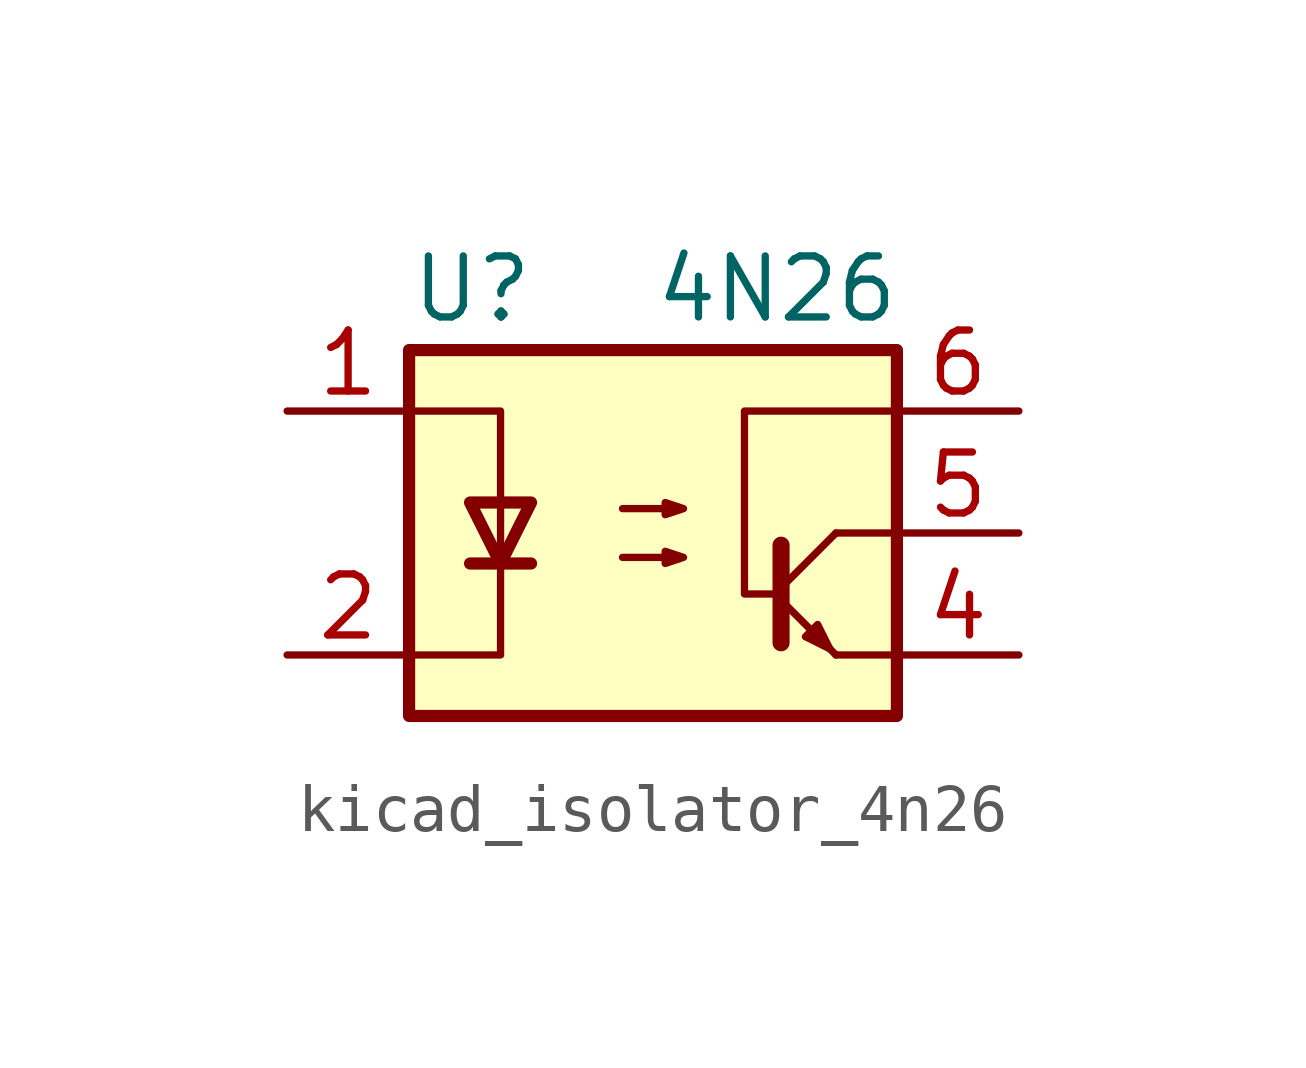
<source format=kicad_sym>
(kicad_symbol_lib
  (version 20220914)
  (generator kicad_symbol_editor)
  (symbol "kicad_isolator_4n26"
    (pin_names
      (offset 1.016))
    (property "Reference" "U"
      (at -5.08 5.08 0)
      (effects (font (size 1.27 1.27)) (justify left)))
    (property "Value" "4N26"
      (at 0 5.08 0)
      (effects (font (size 1.27 1.27)) (justify left)))
    (symbol "kicad_isolator_4n26_0_1"
      (rectangle (start -5.08 3.81) (end 5.08 -3.81) (stroke (width 0.254) (type default)) (fill (type background)))
      (polyline (pts (xy -3.81 -0.635) (xy -2.54 -0.635)) (stroke (width 0.254) (type default)) (fill (type none)))
      (polyline (pts (xy 2.667 -1.397) (xy 3.81 -2.54)) (stroke (width 0) (type default)) (fill (type none)))
      (polyline (pts (xy 2.667 -1.143) (xy 3.81 0)) (stroke (width 0) (type default)) (fill (type none)))
      (polyline (pts (xy 3.81 -2.54) (xy 5.08 -2.54)) (stroke (width 0) (type default)) (fill (type none)))
      (polyline (pts (xy 3.81 0) (xy 5.08 0)) (stroke (width 0) (type default)) (fill (type none)))
      (polyline (pts (xy 2.667 -0.254) (xy 2.667 -2.286) (xy 2.667 -2.286)) (stroke (width 0.356) (type default)) (fill (type none)))
      (polyline (pts (xy -5.08 -2.54) (xy -3.175 -2.54) (xy -3.175 2.54) (xy -5.08 2.54)) (stroke (width 0) (type default)) (fill (type none)))
      (polyline (pts (xy -3.175 -0.635) (xy -3.81 0.635) (xy -2.54 0.635) (xy -3.175 -0.635)) (stroke (width 0.254) (type default)) (fill (type none)))
      (polyline (pts (xy 3.683 -2.413) (xy 3.429 -1.905) (xy 3.175 -2.159) (xy 3.683 -2.413)) (stroke (width 0) (type default)) (fill (type none)))
      (polyline (pts (xy 5.08 2.54) (xy 1.905 2.54) (xy 1.905 -1.27) (xy 2.54 -1.27)) (stroke (width 0) (type default)) (fill (type none)))
      (polyline (pts (xy -0.635 -0.508) (xy 0.635 -0.508) (xy 0.254 -0.635) (xy 0.254 -0.381) (xy 0.635 -0.508)) (stroke (width 0) (type default)) (fill (type none)))
      (polyline (pts (xy -0.635 0.508) (xy 0.635 0.508) (xy 0.254 0.381) (xy 0.254 0.635) (xy 0.635 0.508)) (stroke (width 0) (type default)) (fill (type none))))
    (symbol "kicad_isolator_4n26_1_1"
      (pin passive line (at -7.62 2.54 0) (length 2.54) (name "~" (effects (font (size 1.27 1.27)))) (number "1" (effects (font (size 1.27 1.27)))))
      (pin passive line (at -7.62 -2.54 0) (length 2.54) (name "~" (effects (font (size 1.27 1.27)))) (number "2" (effects (font (size 1.27 1.27)))))
      (pin no_connect line (at -5.08 0 0) (length 2.54) hide (name "NC" (effects (font (size 1.27 1.27)))) (number "3" (effects (font (size 1.27 1.27)))))
      (pin passive line (at 7.62 -2.54 180) (length 2.54) (name "~" (effects (font (size 1.27 1.27)))) (number "4" (effects (font (size 1.27 1.27)))))
      (pin passive line (at 7.62 0 180) (length 2.54) (name "~" (effects (font (size 1.27 1.27)))) (number "5" (effects (font (size 1.27 1.27)))))
      (pin passive line (at 7.62 2.54 180) (length 2.54) (name "~" (effects (font (size 1.27 1.27)))) (number "6" (effects (font (size 1.27 1.27))))))))
</source>
